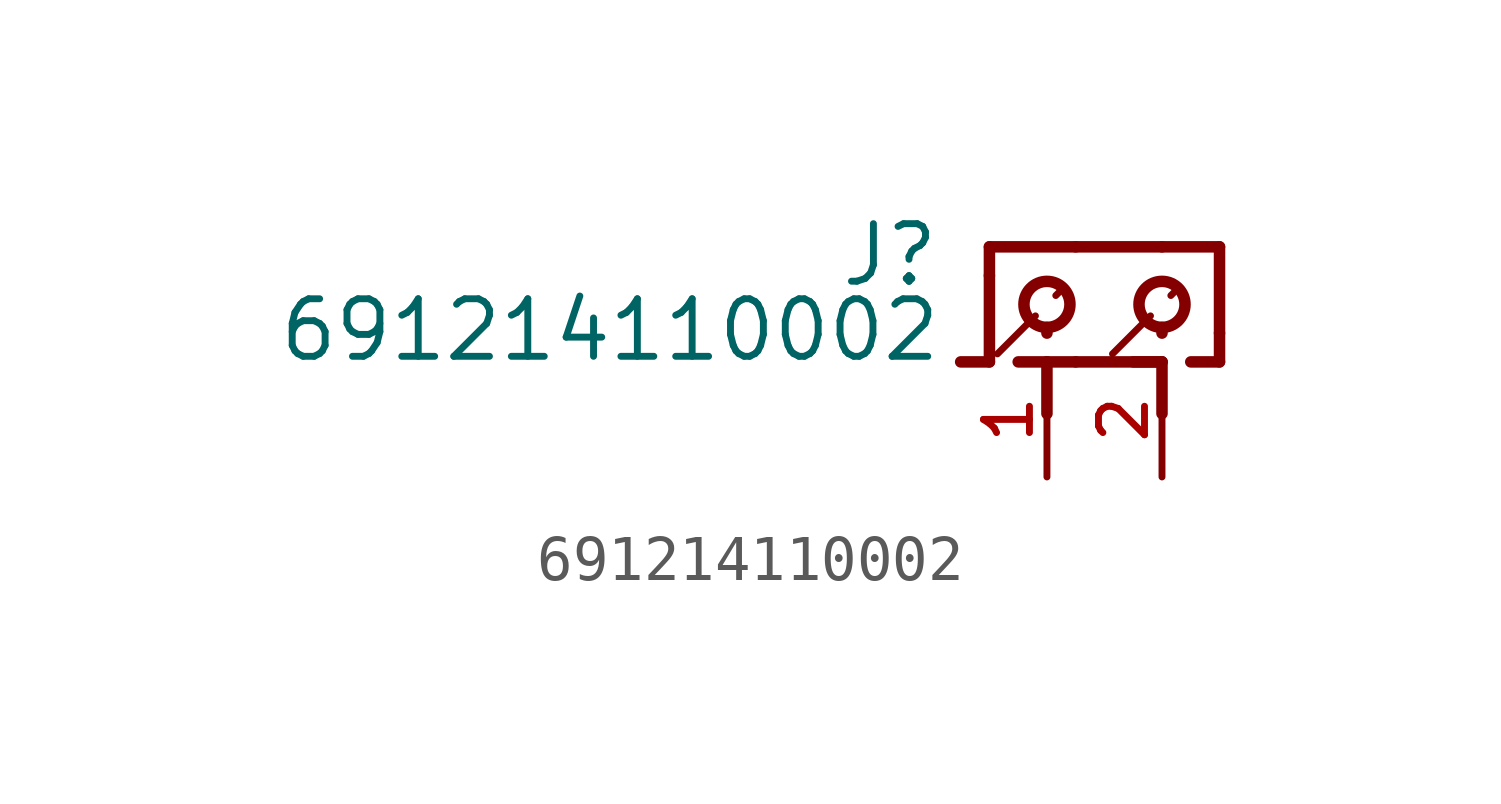
<source format=kicad_sym>
(kicad_symbol_lib
  (version 20211014)
  (generator kicad_symbol_editor)
  (symbol "691214110002"
    (pin_names
      (offset 1.016))
    (property "Reference" "J"
      (at -4.88 -0.922 0)
      (effects (font (size 1.27 1.27)) (justify bottom right)))
    (property "Value" "691214110002"
      (at -4.83 -2.58 0)
      (effects (font (size 1.27 1.27)) (justify bottom right)))
    (symbol "691214110002_0_0"
      (circle (center -2.54 -1.27) (radius 0.508) (stroke (width 0.254)) (fill (type none)))
      (circle (center 0.0 -1.27) (radius 0.508) (stroke (width 0.254)) (fill (type none)))
      (polyline (pts (xy -3.81 0.0) (xy -1.905 0.0)) (stroke (width 0.254)))
      (polyline (pts (xy -1.905 0.0) (xy 0.0 0.0)) (stroke (width 0.254)))
      (polyline (pts (xy 0.0 0.0) (xy 1.27 0.0)) (stroke (width 0.254)))
      (polyline (pts (xy 1.27 -2.54) (xy 0.635 -2.54)) (stroke (width 0.254)))
      (polyline (pts (xy -0.635 -2.54) (xy 0.0 -2.54)) (stroke (width 0.254)))
      (polyline (pts (xy 0.0 -2.54) (xy -1.905 -2.54)) (stroke (width 0.254)))
      (polyline (pts (xy -1.905 -2.54) (xy -2.54 -2.54)) (stroke (width 0.254)))
      (polyline (pts (xy -2.54 -2.54) (xy -3.175 -2.54)) (stroke (width 0.254)))
      (polyline (pts (xy -4.445 -2.54) (xy -3.81 -2.54)) (stroke (width 0.254)))
      (polyline (pts (xy -3.81 -2.54) (xy -3.81 -0.635)) (stroke (width 0.254)))
      (polyline (pts (xy -3.81 -0.635) (xy -3.81 0.0)) (stroke (width 0.254)))
      (polyline (pts (xy 1.27 0.0) (xy 1.27 -1.905)) (stroke (width 0.254)))
      (polyline (pts (xy 1.27 -1.905) (xy 1.27 -2.54)) (stroke (width 0.254)))
      (polyline (pts (xy -2.54 -1.778) (xy -2.54 -1.905)) (stroke (width 0.254)))
      (polyline (pts (xy -2.54 -3.683) (xy -2.54 -2.54)) (stroke (width 0.254)))
      (polyline (pts (xy 0.0 -1.778) (xy 0.0 -1.905)) (stroke (width 0.254)))
      (polyline (pts (xy 0.0 -3.683) (xy 0.0 -2.54)) (stroke (width 0.254)))
      (polyline (pts (xy -2.286 -1.016) (xy -2.345 -1.075)) (stroke (width 0.152)))
      (polyline (pts (xy -3.633 -2.363) (xy -2.794 -1.524)) (stroke (width 0.152)))
      (polyline (pts (xy 0.254 -1.016) (xy 0.195 -1.075)) (stroke (width 0.152)))
      (polyline (pts (xy -1.093 -2.363) (xy -0.254 -1.524)) (stroke (width 0.152)))
      (pin passive line (at -2.54 -5.08 90.0) (length 2.54) (name "~" (effects (font (size 1.016 1.016)))) (number "1" (effects (font (size 1.016 1.016)))))
      (pin passive line (at 0.0 -5.08 90.0) (length 2.54) (name "~" (effects (font (size 1.016 1.016)))) (number "2" (effects (font (size 1.016 1.016))))))))
</source>
